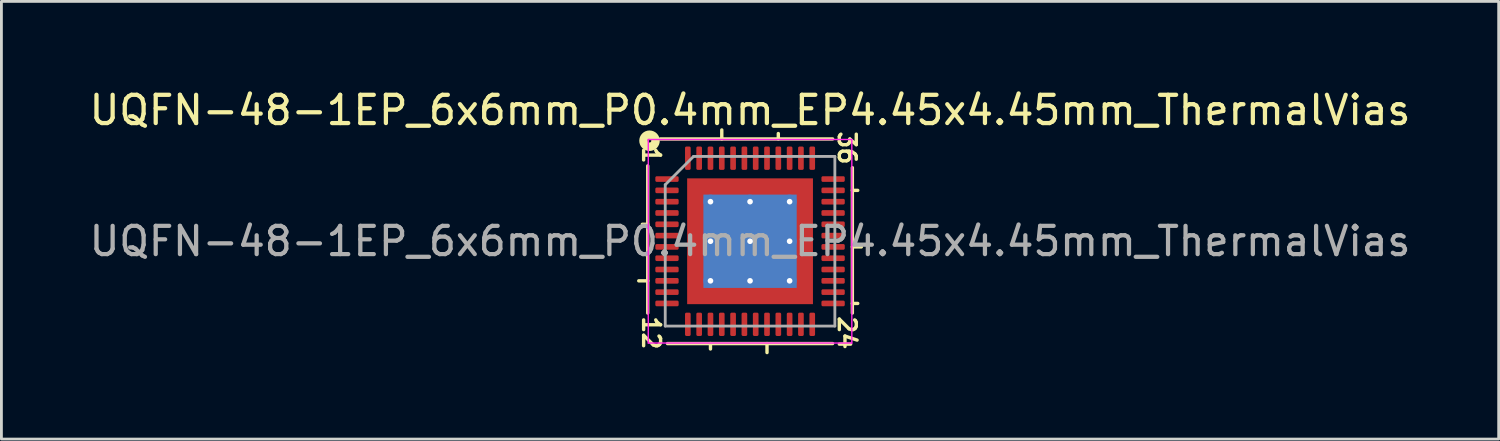
<source format=kicad_pcb>
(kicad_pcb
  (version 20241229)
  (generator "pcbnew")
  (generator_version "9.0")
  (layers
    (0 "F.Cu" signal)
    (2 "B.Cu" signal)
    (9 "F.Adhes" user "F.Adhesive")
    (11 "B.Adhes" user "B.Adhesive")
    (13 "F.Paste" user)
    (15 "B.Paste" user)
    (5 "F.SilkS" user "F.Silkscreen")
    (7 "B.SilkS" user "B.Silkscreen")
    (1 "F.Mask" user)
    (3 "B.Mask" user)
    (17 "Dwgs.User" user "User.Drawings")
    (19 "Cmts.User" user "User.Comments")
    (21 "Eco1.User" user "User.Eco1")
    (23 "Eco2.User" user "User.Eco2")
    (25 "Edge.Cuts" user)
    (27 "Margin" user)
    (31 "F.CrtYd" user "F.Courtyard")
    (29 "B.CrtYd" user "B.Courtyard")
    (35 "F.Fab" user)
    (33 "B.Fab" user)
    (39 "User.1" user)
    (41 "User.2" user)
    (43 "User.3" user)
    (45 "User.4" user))
  (footprint "UQFN-48-1EP_6x6mm_P0.4mm_EP4.45x4.45mm_ThermalVias"
    (layer "F.Cu")
    (at 23.482 5.484)
    (property "Reference" "UQFN-48-1EP_6x6mm_P0.4mm_EP4.45x4.45mm_ThermalVias" (at 0 -4.636 0) (layer "F.SilkS") (effects (font (size 1 1) (thickness 0.15))))
    (attr smd)
    (fp_line (start -3.619 -2.667) (end -3.619 2.54) (stroke (width 0.12) (type solid)) (layer "F.SilkS"))
    (fp_line (start -3.619 -0.6) (end -3.81 -0.6) (stroke (width 0.12) (type solid)) (layer "F.SilkS"))
    (fp_line (start -3.619 1.4) (end -3.937 1.4) (stroke (width 0.12) (type solid)) (layer "F.SilkS"))
    (fp_line (start -2.921 3.619) (end 2.921 3.619) (stroke (width 0.12) (type solid)) (layer "F.SilkS"))
    (fp_line (start -1.4 3.81) (end -1.4 3.619) (stroke (width 0.12) (type solid)) (layer "F.SilkS"))
    (fp_line (start -1 -3.619) (end -1 -3.937) (stroke (width 0.12) (type solid)) (layer "F.SilkS"))
    (fp_line (start 0.6 3.619) (end 0.6 3.937) (stroke (width 0.12) (type solid)) (layer "F.SilkS"))
    (fp_line (start 1 -3.619) (end 1 -3.81) (stroke (width 0.12) (type solid)) (layer "F.SilkS"))
    (fp_line (start 2.921 -3.619) (end -3.175 -3.619) (stroke (width 0.12) (type solid)) (layer "F.SilkS"))
    (fp_line (start 3.619 -1.8) (end 3.81 -1.8) (stroke (width 0.12) (type solid)) (layer "F.SilkS"))
    (fp_line (start 3.619 0.2) (end 3.937 0.2) (stroke (width 0.12) (type solid)) (layer "F.SilkS"))
    (fp_line (start 3.619 2.2) (end 3.81 2.2) (stroke (width 0.12) (type solid)) (layer "F.SilkS"))
    (fp_line (start 3.619 2.54) (end 3.619 -2.603) (stroke (width 0.12) (type solid)) (layer "F.SilkS"))
    (fp_circle (center -3.556 -3.556) (end -3.493 -3.556) (stroke (width 0.3) (type solid)) (fill no) (layer "F.SilkS"))
    (fp_line (start -3.6 -3.6) (end -3.6 3.6) (stroke (width 0.05) (type solid)) (layer "F.CrtYd"))
    (fp_line (start -3.6 3.6) (end 3.6 3.6) (stroke (width 0.05) (type solid)) (layer "F.CrtYd"))
    (fp_line (start 3.6 -3.6) (end -3.6 -3.6) (stroke (width 0.05) (type solid)) (layer "F.CrtYd"))
    (fp_line (start 3.6 3.6) (end 3.6 -3.6) (stroke (width 0.05) (type solid)) (layer "F.CrtYd"))
    (fp_line (start -3 -2) (end -2 -3) (stroke (width 0.1) (type solid)) (layer "F.Fab"))
    (fp_line (start -3 3) (end -3 -2) (stroke (width 0.1) (type solid)) (layer "F.Fab"))
    (fp_line (start -2 -3) (end 3 -3) (stroke (width 0.1) (type solid)) (layer "F.Fab"))
    (fp_line (start 3 -3) (end 3 3) (stroke (width 0.1) (type solid)) (layer "F.Fab"))
    (fp_line (start 3 3) (end -3 3) (stroke (width 0.1) (type solid)) (layer "F.Fab"))
    (fp_text user "24" (at 3.429 3.239 270) (unlocked yes) (layer "F.SilkS") (effects (font (size 0.6 0.6) (thickness 0.12))))
    (fp_text user "12" (at -3.493 3.239 270) (unlocked yes) (layer "F.SilkS") (effects (font (size 0.6 0.6) (thickness 0.12))))
    (fp_text user "1" (at -3.493 -3.048 270) (unlocked yes) (layer "F.SilkS") (effects (font (size 0.6 0.6) (thickness 0.12))))
    (fp_text user "36" (at 3.429 -3.302 270) (unlocked yes) (layer "F.SilkS") (effects (font (size 0.6 0.6) (thickness 0.12))))
    (fp_text user "${REFERENCE}" (at 0 0 0) (layer "F.Fab") (effects (font (size 1 1) (thickness 0.15))))
    (pad "" smd custom (at -1.812 -1.812) (size 0.578 0.578) (layers "F.Paste") (options (anchor circle)) (primitives (gr_poly (pts (xy -0.246 -0.246) (xy 0.246 -0.246) (xy 0.246 0.174) (xy 0.174 0.246) (xy -0.246 0.246)) (width 0.174) (fill yes))))
    (pad "" smd roundrect (at -1.812 -0.7) (size 0.665 1.129) (layers "F.Paste") (roundrect_rratio 0.25))
    (pad "" smd roundrect (at -1.812 0.7) (size 0.665 1.129) (layers "F.Paste") (roundrect_rratio 0.25))
    (pad "" smd custom (at -1.812 1.812) (size 0.578 0.578) (layers "F.Paste") (options (anchor circle)) (primitives (gr_poly (pts (xy -0.246 -0.246) (xy 0.174 -0.246) (xy 0.246 -0.174) (xy 0.246 0.246) (xy -0.246 0.246)) (width 0.174) (fill yes))))
    (pad "" smd roundrect (at -0.7 -1.812) (size 1.129 0.665) (layers "F.Paste") (roundrect_rratio 0.25))
    (pad "" smd roundrect (at -0.7 -0.7) (size 1.129 1.129) (layers "F.Paste") (roundrect_rratio 0.221))
    (pad "" smd roundrect (at -0.7 0.7) (size 1.129 1.129) (layers "F.Paste") (roundrect_rratio 0.221))
    (pad "" smd roundrect (at -0.7 1.812) (size 1.129 0.665) (layers "F.Paste") (roundrect_rratio 0.25))
    (pad "" smd roundrect (at 0.7 -1.812) (size 1.129 0.665) (layers "F.Paste") (roundrect_rratio 0.25))
    (pad "" smd roundrect (at 0.7 -0.7) (size 1.129 1.129) (layers "F.Paste") (roundrect_rratio 0.221))
    (pad "" smd roundrect (at 0.7 0.7) (size 1.129 1.129) (layers "F.Paste") (roundrect_rratio 0.221))
    (pad "" smd roundrect (at 0.7 1.812) (size 1.129 0.665) (layers "F.Paste") (roundrect_rratio 0.25))
    (pad "" smd custom (at 1.812 -1.812) (size 0.578 0.578) (layers "F.Paste") (options (anchor circle)) (primitives (gr_poly (pts (xy -0.246 -0.246) (xy 0.246 -0.246) (xy 0.246 0.246) (xy -0.174 0.246) (xy -0.246 0.174)) (width 0.174) (fill yes))))
    (pad "" smd roundrect (at 1.812 -0.7) (size 0.665 1.129) (layers "F.Paste") (roundrect_rratio 0.25))
    (pad "" smd roundrect (at 1.812 0.7) (size 0.665 1.129) (layers "F.Paste") (roundrect_rratio 0.25))
    (pad "" smd custom (at 1.812 1.812) (size 0.578 0.578) (layers "F.Paste") (options (anchor circle)) (primitives (gr_poly (pts (xy -0.246 -0.174) (xy -0.174 -0.246) (xy 0.246 -0.246) (xy 0.246 0.246) (xy -0.246 0.246)) (width 0.174) (fill yes))))
    (pad "1" smd roundrect (at -2.938 -2.2) (size 0.825 0.2) (layers "F.Cu" "F.Mask" "F.Paste") (roundrect_rratio 0.25))
    (pad "2" smd roundrect (at -2.938 -1.8) (size 0.825 0.2) (layers "F.Cu" "F.Mask" "F.Paste") (roundrect_rratio 0.25))
    (pad "3" smd roundrect (at -2.938 -1.4) (size 0.825 0.2) (layers "F.Cu" "F.Mask" "F.Paste") (roundrect_rratio 0.25))
    (pad "4" smd roundrect (at -2.938 -1) (size 0.825 0.2) (layers "F.Cu" "F.Mask" "F.Paste") (roundrect_rratio 0.25))
    (pad "5" smd roundrect (at -2.938 -0.6) (size 0.825 0.2) (layers "F.Cu" "F.Mask" "F.Paste") (roundrect_rratio 0.25))
    (pad "6" smd roundrect (at -2.938 -0.2) (size 0.825 0.2) (layers "F.Cu" "F.Mask" "F.Paste") (roundrect_rratio 0.25))
    (pad "7" smd roundrect (at -2.938 0.2) (size 0.825 0.2) (layers "F.Cu" "F.Mask" "F.Paste") (roundrect_rratio 0.25))
    (pad "8" smd roundrect (at -2.938 0.6) (size 0.825 0.2) (layers "F.Cu" "F.Mask" "F.Paste") (roundrect_rratio 0.25))
    (pad "9" smd roundrect (at -2.938 1) (size 0.825 0.2) (layers "F.Cu" "F.Mask" "F.Paste") (roundrect_rratio 0.25))
    (pad "10" smd roundrect (at -2.938 1.4) (size 0.825 0.2) (layers "F.Cu" "F.Mask" "F.Paste") (roundrect_rratio 0.25))
    (pad "11" smd roundrect (at -2.938 1.8) (size 0.825 0.2) (layers "F.Cu" "F.Mask" "F.Paste") (roundrect_rratio 0.25))
    (pad "12" smd roundrect (at -2.938 2.2) (size 0.825 0.2) (layers "F.Cu" "F.Mask" "F.Paste") (roundrect_rratio 0.25))
    (pad "13" smd roundrect (at -2.2 2.938) (size 0.2 0.825) (layers "F.Cu" "F.Mask" "F.Paste") (roundrect_rratio 0.25))
    (pad "14" smd roundrect (at -1.8 2.938) (size 0.2 0.825) (layers "F.Cu" "F.Mask" "F.Paste") (roundrect_rratio 0.25))
    (pad "15" smd roundrect (at -1.4 2.938) (size 0.2 0.825) (layers "F.Cu" "F.Mask" "F.Paste") (roundrect_rratio 0.25))
    (pad "16" smd roundrect (at -1 2.938) (size 0.2 0.825) (layers "F.Cu" "F.Mask" "F.Paste") (roundrect_rratio 0.25))
    (pad "17" smd roundrect (at -0.6 2.938) (size 0.2 0.825) (layers "F.Cu" "F.Mask" "F.Paste") (roundrect_rratio 0.25))
    (pad "18" smd roundrect (at -0.2 2.938) (size 0.2 0.825) (layers "F.Cu" "F.Mask" "F.Paste") (roundrect_rratio 0.25))
    (pad "19" smd roundrect (at 0.2 2.938) (size 0.2 0.825) (layers "F.Cu" "F.Mask" "F.Paste") (roundrect_rratio 0.25))
    (pad "20" smd roundrect (at 0.6 2.938) (size 0.2 0.825) (layers "F.Cu" "F.Mask" "F.Paste") (roundrect_rratio 0.25))
    (pad "21" smd roundrect (at 1 2.938) (size 0.2 0.825) (layers "F.Cu" "F.Mask" "F.Paste") (roundrect_rratio 0.25))
    (pad "22" smd roundrect (at 1.4 2.938) (size 0.2 0.825) (layers "F.Cu" "F.Mask" "F.Paste") (roundrect_rratio 0.25))
    (pad "23" smd roundrect (at 1.8 2.938) (size 0.2 0.825) (layers "F.Cu" "F.Mask" "F.Paste") (roundrect_rratio 0.25))
    (pad "24" smd roundrect (at 2.2 2.938) (size 0.2 0.825) (layers "F.Cu" "F.Mask" "F.Paste") (roundrect_rratio 0.25))
    (pad "25" smd roundrect (at 2.938 2.2) (size 0.825 0.2) (layers "F.Cu" "F.Mask" "F.Paste") (roundrect_rratio 0.25))
    (pad "26" smd roundrect (at 2.938 1.8) (size 0.825 0.2) (layers "F.Cu" "F.Mask" "F.Paste") (roundrect_rratio 0.25))
    (pad "27" smd roundrect (at 2.938 1.4) (size 0.825 0.2) (layers "F.Cu" "F.Mask" "F.Paste") (roundrect_rratio 0.25))
    (pad "28" smd roundrect (at 2.938 1) (size 0.825 0.2) (layers "F.Cu" "F.Mask" "F.Paste") (roundrect_rratio 0.25))
    (pad "29" smd roundrect (at 2.938 0.6) (size 0.825 0.2) (layers "F.Cu" "F.Mask" "F.Paste") (roundrect_rratio 0.25))
    (pad "30" smd roundrect (at 2.938 0.2) (size 0.825 0.2) (layers "F.Cu" "F.Mask" "F.Paste") (roundrect_rratio 0.25))
    (pad "31" smd roundrect (at 2.938 -0.2) (size 0.825 0.2) (layers "F.Cu" "F.Mask" "F.Paste") (roundrect_rratio 0.25))
    (pad "32" smd roundrect (at 2.938 -0.6) (size 0.825 0.2) (layers "F.Cu" "F.Mask" "F.Paste") (roundrect_rratio 0.25))
    (pad "33" smd roundrect (at 2.938 -1) (size 0.825 0.2) (layers "F.Cu" "F.Mask" "F.Paste") (roundrect_rratio 0.25))
    (pad "34" smd roundrect (at 2.938 -1.4) (size 0.825 0.2) (layers "F.Cu" "F.Mask" "F.Paste") (roundrect_rratio 0.25))
    (pad "35" smd roundrect (at 2.938 -1.8) (size 0.825 0.2) (layers "F.Cu" "F.Mask" "F.Paste") (roundrect_rratio 0.25))
    (pad "36" smd roundrect (at 2.938 -2.2) (size 0.825 0.2) (layers "F.Cu" "F.Mask" "F.Paste") (roundrect_rratio 0.25))
    (pad "37" smd roundrect (at 2.2 -2.938) (size 0.2 0.825) (layers "F.Cu" "F.Mask" "F.Paste") (roundrect_rratio 0.25))
    (pad "38" smd roundrect (at 1.8 -2.938) (size 0.2 0.825) (layers "F.Cu" "F.Mask" "F.Paste") (roundrect_rratio 0.25))
    (pad "39" smd roundrect (at 1.4 -2.938) (size 0.2 0.825) (layers "F.Cu" "F.Mask" "F.Paste") (roundrect_rratio 0.25))
    (pad "40" smd roundrect (at 1 -2.938) (size 0.2 0.825) (layers "F.Cu" "F.Mask" "F.Paste") (roundrect_rratio 0.25))
    (pad "41" smd roundrect (at 0.6 -2.938) (size 0.2 0.825) (layers "F.Cu" "F.Mask" "F.Paste") (roundrect_rratio 0.25))
    (pad "42" smd roundrect (at 0.2 -2.938) (size 0.2 0.825) (layers "F.Cu" "F.Mask" "F.Paste") (roundrect_rratio 0.25))
    (pad "43" smd roundrect (at -0.2 -2.938) (size 0.2 0.825) (layers "F.Cu" "F.Mask" "F.Paste") (roundrect_rratio 0.25))
    (pad "44" smd roundrect (at -0.6 -2.938) (size 0.2 0.825) (layers "F.Cu" "F.Mask" "F.Paste") (roundrect_rratio 0.25))
    (pad "45" smd roundrect (at -1 -2.938) (size 0.2 0.825) (layers "F.Cu" "F.Mask" "F.Paste") (roundrect_rratio 0.25))
    (pad "46" smd roundrect (at -1.4 -2.938) (size 0.2 0.825) (layers "F.Cu" "F.Mask" "F.Paste") (roundrect_rratio 0.25))
    (pad "47" smd roundrect (at -1.8 -2.938) (size 0.2 0.825) (layers "F.Cu" "F.Mask" "F.Paste") (roundrect_rratio 0.25))
    (pad "48" smd roundrect (at -2.2 -2.938) (size 0.2 0.825) (layers "F.Cu" "F.Mask" "F.Paste") (roundrect_rratio 0.25))
    (pad "49" thru_hole circle (at -1.4 -1.4) (size 0.5 0.5) (drill 0.2) (layers "*.Cu"))
    (pad "49" thru_hole circle (at -1.4 0) (size 0.5 0.5) (drill 0.2) (layers "*.Cu"))
    (pad "49" thru_hole circle (at -1.4 1.4) (size 0.5 0.5) (drill 0.2) (layers "*.Cu"))
    (pad "49" thru_hole circle (at 0 -1.4) (size 0.5 0.5) (drill 0.2) (layers "*.Cu"))
    (pad "49" thru_hole circle (at 0 0) (size 0.5 0.5) (drill 0.2) (layers "*.Cu"))
    (pad "49" smd rect (at 0 0) (size 3.3 3.3) (layers "B.Cu" "B.Mask"))
    (pad "49" smd rect (at 0 0) (size 4.45 4.45) (layers "F.Cu" "F.Mask"))
    (pad "49" thru_hole circle (at 0 1.4) (size 0.5 0.5) (drill 0.2) (layers "*.Cu"))
    (pad "49" thru_hole circle (at 1.4 -1.4) (size 0.5 0.5) (drill 0.2) (layers "*.Cu"))
    (pad "49" thru_hole circle (at 1.4 0) (size 0.5 0.5) (drill 0.2) (layers "*.Cu"))
    (pad "49" thru_hole circle (at 1.4 1.4) (size 0.5 0.5) (drill 0.2) (layers "*.Cu")))
  (gr_rect
    (start -3 -3)
    (end 49.964 12.481)
    (stroke (width 0.1) (type default))
    (fill no)
    (layer "Edge.Cuts")))
</source>
